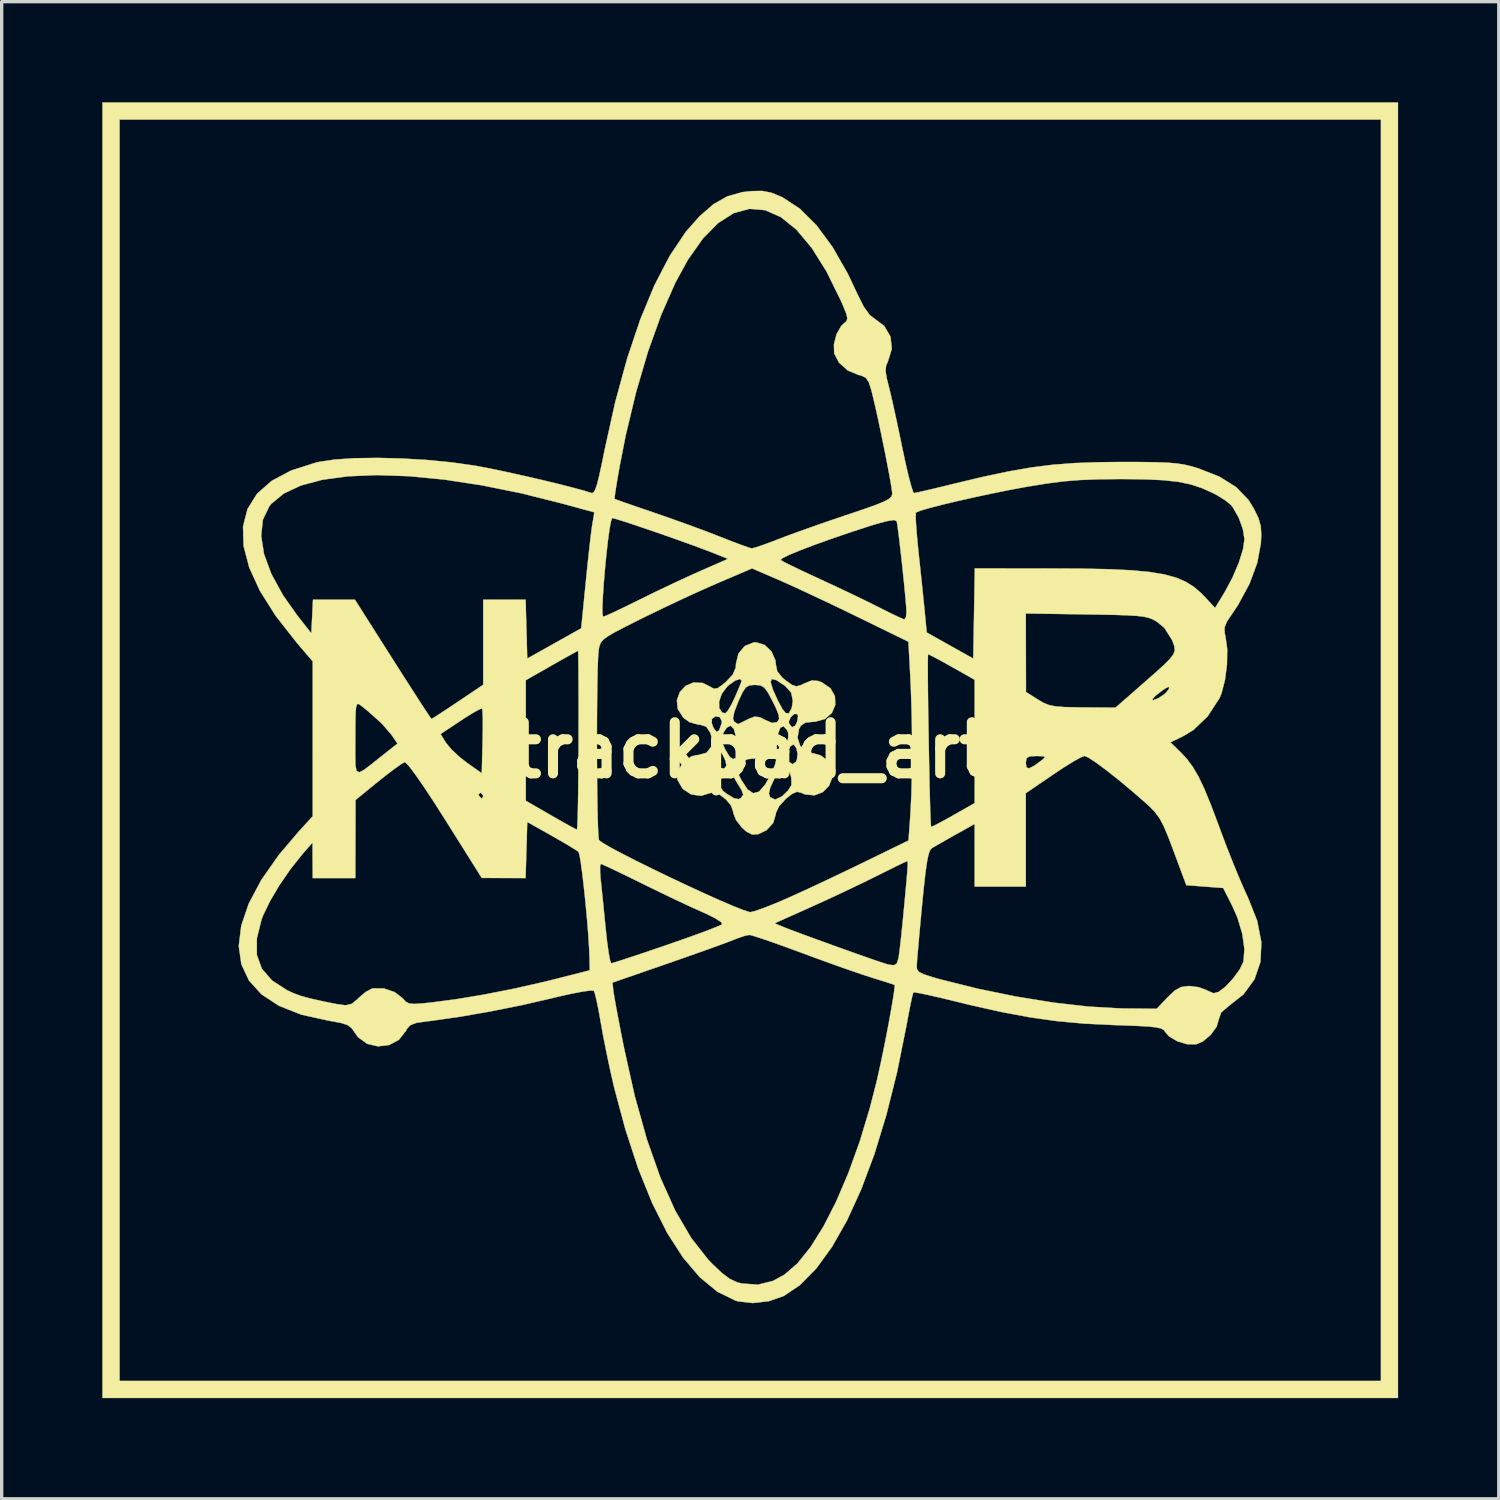
<source format=kicad_pcb>
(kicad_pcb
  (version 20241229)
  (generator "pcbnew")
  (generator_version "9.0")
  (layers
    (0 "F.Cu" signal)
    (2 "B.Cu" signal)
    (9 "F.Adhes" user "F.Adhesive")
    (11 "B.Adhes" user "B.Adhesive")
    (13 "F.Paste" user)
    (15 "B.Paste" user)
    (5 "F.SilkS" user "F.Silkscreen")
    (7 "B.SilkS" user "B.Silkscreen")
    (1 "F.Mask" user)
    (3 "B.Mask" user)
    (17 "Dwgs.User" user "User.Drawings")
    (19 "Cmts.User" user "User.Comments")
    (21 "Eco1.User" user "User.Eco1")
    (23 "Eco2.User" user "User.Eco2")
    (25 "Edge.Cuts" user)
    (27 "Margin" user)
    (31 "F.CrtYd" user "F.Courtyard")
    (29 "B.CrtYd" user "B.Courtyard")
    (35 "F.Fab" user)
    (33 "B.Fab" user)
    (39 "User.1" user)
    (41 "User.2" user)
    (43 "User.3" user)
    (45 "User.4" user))
  (footprint "trackpad_art"
    (layer "F.Cu")
    (at 19.309 19.309)
    (property "Reference" "trackpad_art" (at 0 0 0) (layer "F.SilkS") (effects (font (size 1.524 1.524) (thickness 0.3))))
    (attr through_hole)
    (fp_poly (pts (xy 19.304 19.304) (xy -19.304 19.304) (xy -19.304 -18.796) (xy -18.796 -18.796) (xy -18.796 18.796) (xy 18.796 18.796) (xy 18.796 -18.796) (xy -18.796 -18.796) (xy -19.304 -18.796) (xy -19.304 -19.304) (xy 19.304 -19.304) (xy 19.304 19.304)) (stroke (width 0.01) (type solid)) (fill yes) (layer "F.SilkS"))
    (fp_poly (pts (xy 0.425 -3.141) (xy 0.633 -2.945) (xy 0.751 -2.678) (xy 0.762 -2.566) (xy 0.805 -2.351) (xy 0.959 -2.162) (xy 1.057 -2.081) (xy 1.248 -1.945) (xy 1.379 -1.904) (xy 1.522 -1.946) (xy 1.616 -1.993) (xy 1.835 -2.079) (xy 2.025 -2.065) (xy 2.129 -2.027) (xy 2.391 -1.848) (xy 2.524 -1.61) (xy 2.535 -1.352) (xy 2.434 -1.113) (xy 2.229 -0.932) (xy 1.928 -0.848) (xy 1.873 -0.847) (xy 1.641 -0.823) (xy 1.51 -0.731) (xy 1.453 -0.631) (xy 1.409 -0.372) (xy 1.488 -0.133) (xy 1.661 0.036) (xy 1.85 0.085) (xy 2.099 0.153) (xy 2.271 0.281) (xy 2.427 0.544) (xy 2.444 0.815) (xy 2.348 1.06) (xy 2.164 1.248) (xy 1.916 1.344) (xy 1.631 1.316) (xy 1.522 1.269) (xy 1.394 1.238) (xy 1.244 1.302) (xy 1.062 1.447) (xy 0.861 1.668) (xy 0.765 1.868) (xy 0.762 1.904) (xy 0.685 2.165) (xy 0.487 2.383) (xy 0.235 2.503) (xy 0.053 2.512) (xy -0.118 2.423) (xy -0.252 2.301) (xy -0.422 2.081) (xy -0.505 1.871) (xy -0.508 1.837) (xy -0.569 1.654) (xy -0.719 1.47) (xy -0.911 1.324) (xy -1.095 1.257) (xy -1.192 1.276) (xy -1.466 1.359) (xy -1.762 1.316) (xy -2.004 1.157) (xy -2.026 1.132) (xy -2.074 1.047) (xy -0.939 1.047) (xy -0.803 1.219) (xy -0.701 1.298) (xy -0.482 1.432) (xy -0.341 1.457) (xy -0.278 1.424) (xy -0.209 1.327) (xy -0.222 1.289) (xy 0.556 1.289) (xy 0.593 1.398) (xy 0.597 1.402) (xy 0.745 1.469) (xy 0.946 1.375) (xy 1.128 1.202) (xy 1.229 1.035) (xy 1.224 0.828) (xy 1.207 0.756) (xy 1.122 0.529) (xy 1.02 0.463) (xy 0.893 0.559) (xy 0.735 0.818) (xy 0.719 0.848) (xy 0.595 1.119) (xy 0.556 1.289) (xy -0.222 1.289) (xy -0.254 1.196) (xy -0.281 1.152) (xy -0.417 0.928) (xy -0.501 0.778) (xy -0.595 0.647) (xy -0.691 0.657) (xy -0.73 0.686) (xy -0.914 0.88) (xy -0.939 1.047) (xy -2.074 1.047) (xy -2.175 0.871) (xy -2.169 0.634) (xy -2.008 0.378) (xy -2.003 0.372) (xy -1.756 0.182) (xy -1.675 0.166) (xy -1.123 0.166) (xy -1.086 0.32) (xy -1.03 0.426) (xy -0.922 0.584) (xy -0.838 0.606) (xy -0.796 0.574) (xy -0.407 0.574) (xy -0.339 0.742) (xy -0.262 0.891) (xy -0.081 1.167) (xy 0.09 1.282) (xy 0.263 1.234) (xy 0.446 1.022) (xy 0.593 0.762) (xy 0.732 0.455) (xy 0.774 0.285) (xy 0.742 0.245) (xy 0.513 0.238) (xy 1.089 0.238) (xy 1.124 0.328) (xy 1.264 0.417) (xy 1.362 0.346) (xy 1.39 0.284) (xy 1.411 0.112) (xy 1.375 -0.063) (xy 1.3 -0.164) (xy 1.278 -0.169) (xy 1.179 -0.098) (xy 1.108 0.064) (xy 1.089 0.238) (xy 0.513 0.238) (xy 0.291 0.231) (xy -0.063 0.265) (xy -0.29 0.345) (xy -0.324 0.373) (xy -0.4 0.468) (xy -0.407 0.574) (xy -0.796 0.574) (xy -0.776 0.558) (xy -0.712 0.455) (xy -0.736 0.316) (xy -0.807 0.164) (xy -0.908 -0.012) (xy -0.976 -0.053) (xy -1.052 0.02) (xy -1.061 0.032) (xy -1.123 0.166) (xy -1.675 0.166) (xy -1.545 0.141) (xy -1.301 0.074) (xy -1.162 -0.106) (xy -1.144 -0.364) (xy -1.149 -0.381) (xy -0.853 -0.381) (xy -0.843 -0.234) (xy -0.748 -0.029) (xy -0.731 0.001) (xy -0.61 0.196) (xy -0.514 0.262) (xy -0.411 0.227) (xy -0.316 0.117) (xy -0.32 0.047) (xy -0.341 -0.015) (xy 0.79 -0.015) (xy 0.833 0.104) (xy 0.919 0.064) (xy 1.031 -0.115) (xy 1.129 -0.348) (xy 1.132 -0.515) (xy 1.095 -0.603) (xy 0.992 -0.715) (xy 0.897 -0.671) (xy 0.825 -0.485) (xy 0.796 -0.289) (xy 0.79 -0.015) (xy -0.341 -0.015) (xy -0.366 -0.09) (xy -0.412 -0.316) (xy -0.42 -0.374) (xy -0.486 -0.631) (xy -0.583 -0.732) (xy -0.702 -0.672) (xy -0.786 -0.545) (xy -0.853 -0.381) (xy -1.149 -0.381) (xy -1.191 -0.522) (xy -1.31 -0.703) (xy -1.496 -0.761) (xy -1.538 -0.762) (xy -1.687 -0.802) (xy -1.146 -0.802) (xy -1.095 -0.668) (xy -1.01 -0.549) (xy -0.941 -0.578) (xy -0.924 -0.602) (xy -0.856 -0.791) (xy -0.848 -0.868) (xy -0.887 -0.946) (xy -0.514 -0.946) (xy -0.48 -0.853) (xy -0.373 -0.784) (xy -0.342 -0.785) (xy -0.241 -0.837) (xy -0.061 -0.927) (xy -0.055 -0.931) (xy 0.132 -1.003) (xy 0.289 -0.983) (xy 0.442 -0.905) (xy 0.649 -0.814) (xy 0.786 -0.834) (xy 0.812 -0.853) (xy 0.815 -0.858) (xy 1.151 -0.858) (xy 1.157 -0.798) (xy 1.245 -0.686) (xy 1.342 -0.732) (xy 1.399 -0.853) (xy 1.424 -1.013) (xy 1.407 -1.077) (xy 1.312 -1.081) (xy 1.209 -0.988) (xy 1.151 -0.858) (xy 0.815 -0.858) (xy 0.861 -0.931) (xy 0.846 -1.061) (xy 0.757 -1.278) (xy 0.673 -1.447) (xy 0.529 -1.718) (xy 0.418 -1.868) (xy 0.303 -1.933) (xy 0.146 -1.947) (xy 0.14 -1.947) (xy -0.019 -1.935) (xy -0.129 -1.875) (xy -0.227 -1.731) (xy -0.349 -1.467) (xy -0.358 -1.447) (xy -0.477 -1.138) (xy -0.514 -0.946) (xy -0.887 -0.946) (xy -0.908 -0.988) (xy -1.036 -1.011) (xy -1.142 -0.933) (xy -1.146 -0.802) (xy -1.687 -0.802) (xy -1.808 -0.835) (xy -1.994 -0.97) (xy -2.16 -1.228) (xy -2.182 -1.451) (xy -0.928 -1.451) (xy -0.924 -1.251) (xy -0.835 -1.123) (xy -0.743 -1.101) (xy -0.672 -1.172) (xy -0.563 -1.357) (xy -0.461 -1.569) (xy -0.351 -1.823) (xy -0.276 -2.008) (xy -0.268 -2.033) (xy 0.608 -2.033) (xy 0.673 -1.812) (xy 0.82 -1.487) (xy 0.959 -1.228) (xy 1.058 -1.107) (xy 1.139 -1.1) (xy 1.159 -1.114) (xy 1.237 -1.258) (xy 1.27 -1.476) (xy 1.22 -1.717) (xy 1.045 -1.912) (xy 1.019 -1.931) (xy 0.779 -2.089) (xy 0.643 -2.124) (xy 0.608 -2.033) (xy -0.268 -2.033) (xy -0.254 -2.077) (xy -0.31 -2.124) (xy -0.45 -2.074) (xy -0.633 -1.944) (xy -0.694 -1.889) (xy -0.85 -1.679) (xy -0.928 -1.451) (xy -2.182 -1.451) (xy -2.186 -1.492) (xy -2.099 -1.733) (xy -1.925 -1.919) (xy -1.688 -2.02) (xy -1.415 -2.005) (xy -1.209 -1.903) (xy -1.087 -1.835) (xy -0.978 -1.845) (xy -0.828 -1.95) (xy -0.724 -2.039) (xy -0.52 -2.254) (xy -0.434 -2.458) (xy -0.423 -2.588) (xy -0.351 -2.884) (xy -0.162 -3.107) (xy 0.106 -3.214) (xy 0.171 -3.217) (xy 0.425 -3.141)) (stroke (width 0.01) (type solid)) (fill yes) (layer "F.SilkS"))
    (fp_poly (pts (xy 0.629 -16.617) (xy 0.942 -16.487) (xy 0.968 -16.474) (xy 1.479 -16.139) (xy 1.977 -15.644) (xy 2.454 -14.997) (xy 2.905 -14.208) (xy 3.177 -13.631) (xy 3.381 -13.221) (xy 3.564 -12.969) (xy 3.671 -12.888) (xy 3.994 -12.645) (xy 4.18 -12.325) (xy 4.219 -11.963) (xy 4.111 -11.608) (xy 4.047 -11.453) (xy 4.034 -11.292) (xy 4.072 -11.067) (xy 4.122 -10.872) (xy 4.186 -10.612) (xy 4.273 -10.23) (xy 4.374 -9.766) (xy 4.479 -9.266) (xy 4.53 -9.017) (xy 4.627 -8.564) (xy 4.717 -8.175) (xy 4.796 -7.878) (xy 4.854 -7.702) (xy 4.879 -7.664) (xy 4.985 -7.684) (xy 5.222 -7.738) (xy 5.557 -7.817) (xy 5.959 -7.915) (xy 6.054 -7.938) (xy 6.925 -8.146) (xy 7.679 -8.306) (xy 8.357 -8.425) (xy 9.003 -8.507) (xy 9.659 -8.558) (xy 10.367 -8.584) (xy 11.007 -8.591) (xy 11.609 -8.59) (xy 12.073 -8.584) (xy 12.428 -8.571) (xy 12.705 -8.548) (xy 12.935 -8.513) (xy 13.147 -8.463) (xy 13.345 -8.404) (xy 13.985 -8.153) (xy 14.48 -7.843) (xy 14.848 -7.461) (xy 15.012 -7.197) (xy 15.148 -6.913) (xy 15.215 -6.678) (xy 15.23 -6.412) (xy 15.218 -6.168) (xy 15.112 -5.588) (xy 14.88 -4.962) (xy 14.541 -4.334) (xy 14.365 -4.071) (xy 14.205 -3.832) (xy 14.136 -3.661) (xy 14.139 -3.495) (xy 14.164 -3.387) (xy 14.215 -3.012) (xy 14.208 -2.558) (xy 14.149 -2.097) (xy 14.046 -1.698) (xy 13.983 -1.548) (xy 13.631 -1.008) (xy 13.202 -0.599) (xy 12.904 -0.42) (xy 12.524 -0.236) (xy 12.821 0.053) (xy 13.016 0.261) (xy 13.19 0.497) (xy 13.359 0.785) (xy 13.534 1.153) (xy 13.729 1.626) (xy 13.957 2.23) (xy 14.008 2.371) (xy 14.2 2.881) (xy 14.405 3.4) (xy 14.603 3.877) (xy 14.774 4.264) (xy 14.832 4.387) (xy 15.109 5.082) (xy 15.233 5.724) (xy 15.206 6.308) (xy 15.028 6.827) (xy 14.702 7.275) (xy 14.26 7.624) (xy 14.035 7.816) (xy 13.97 8.001) (xy 13.9 8.238) (xy 13.723 8.483) (xy 13.49 8.679) (xy 13.299 8.762) (xy 13.024 8.762) (xy 12.727 8.674) (xy 12.479 8.526) (xy 12.371 8.401) (xy 12.327 8.34) (xy 12.249 8.295) (xy 12.115 8.262) (xy 11.899 8.237) (xy 11.577 8.218) (xy 11.123 8.2) (xy 10.819 8.19) (xy 9.96 8.148) (xy 9.148 8.074) (xy 8.336 7.96) (xy 7.479 7.8) (xy 6.53 7.587) (xy 6.111 7.484) (xy 5.682 7.38) (xy 5.315 7.296) (xy 5.039 7.239) (xy 4.884 7.215) (xy 4.862 7.217) (xy 4.834 7.31) (xy 4.784 7.535) (xy 4.72 7.859) (xy 4.653 8.22) (xy 4.377 9.593) (xy 4.058 10.866) (xy 3.702 12.033) (xy 3.31 13.082) (xy 2.888 14.007) (xy 2.44 14.797) (xy 1.969 15.445) (xy 1.48 15.941) (xy 1 16.264) (xy 0.556 16.42) (xy 0.072 16.475) (xy -0.377 16.422) (xy -0.441 16.402) (xy -0.98 16.137) (xy -1.501 15.709) (xy -2 15.123) (xy -2.475 14.385) (xy -2.921 13.499) (xy -3.337 12.471) (xy -3.719 11.307) (xy -4.05 10.074) (xy -4.168 9.561) (xy -4.287 8.999) (xy -4.392 8.467) (xy -4.452 8.128) (xy -4.518 7.756) (xy -4.582 7.445) (xy -4.634 7.236) (xy -4.662 7.167) (xy -4.762 7.161) (xy -4.995 7.193) (xy -5.331 7.257) (xy -5.739 7.348) (xy -5.939 7.397) (xy -6.816 7.599) (xy -7.749 7.786) (xy -8.672 7.946) (xy -9.515 8.066) (xy -9.671 8.084) (xy -9.959 8.128) (xy -10.128 8.192) (xy -10.229 8.3) (xy -10.264 8.367) (xy -10.473 8.632) (xy -10.765 8.786) (xy -11.095 8.825) (xy -11.417 8.749) (xy -11.686 8.554) (xy -11.774 8.434) (xy -11.873 8.289) (xy -11.992 8.195) (xy -12.175 8.132) (xy -12.469 8.076) (xy -12.562 8.061) (xy -13.376 7.881) (xy -14.044 7.617) (xy -14.565 7.276) (xy -14.94 6.862) (xy -15.166 6.38) (xy -15.243 5.835) (xy -15.216 5.616) (xy -14.706 5.616) (xy -14.704 6.102) (xy -14.553 6.515) (xy -14.251 6.862) (xy -13.801 7.153) (xy -13.602 7.245) (xy -13.386 7.323) (xy -13.114 7.398) (xy -12.747 7.48) (xy -12.319 7.567) (xy -12.056 7.601) (xy -11.878 7.559) (xy -11.705 7.418) (xy -11.665 7.376) (xy -11.466 7.207) (xy -11.271 7.103) (xy -11.242 7.096) (xy -10.919 7.099) (xy -10.598 7.207) (xy -10.359 7.391) (xy -10.355 7.395) (xy -10.268 7.492) (xy -10.17 7.545) (xy -10.018 7.561) (xy -9.77 7.545) (xy -9.524 7.52) (xy -8.782 7.423) (xy -7.936 7.282) (xy -7.042 7.106) (xy -6.239 6.925) (xy -4.106 6.925) (xy -4.08 7.166) (xy -4.055 7.328) (xy -4.003 7.623) (xy -3.929 8.017) (xy -3.84 8.479) (xy -3.767 8.848) (xy -3.443 10.301) (xy -3.08 11.597) (xy -2.678 12.736) (xy -2.238 13.716) (xy -1.761 14.533) (xy -1.248 15.187) (xy -1.144 15.295) (xy -0.847 15.577) (xy -0.61 15.754) (xy -0.392 15.856) (xy -0.249 15.893) (xy 0.231 15.927) (xy 0.678 15.815) (xy 1.023 15.626) (xy 1.407 15.294) (xy 1.796 14.81) (xy 2.184 14.189) (xy 2.563 13.447) (xy 2.924 12.6) (xy 3.262 11.665) (xy 3.566 10.658) (xy 3.769 9.864) (xy 3.855 9.484) (xy 3.947 9.049) (xy 4.039 8.591) (xy 4.126 8.138) (xy 4.201 7.723) (xy 4.26 7.375) (xy 4.297 7.124) (xy 4.305 7.001) (xy 4.303 6.994) (xy 4.215 6.963) (xy 4.006 6.896) (xy 3.717 6.806) (xy 3.641 6.783) (xy 3.347 6.687) (xy 2.937 6.546) (xy 2.602 6.428) (xy 4.961 6.428) (xy 4.971 6.53) (xy 5.032 6.608) (xy 5.176 6.68) (xy 5.432 6.762) (xy 5.673 6.83) (xy 6.787 7.108) (xy 7.921 7.34) (xy 9.032 7.52) (xy 10.08 7.64) (xy 11.023 7.694) (xy 11.158 7.696) (xy 12.114 7.705) (xy 12.436 7.366) (xy 12.655 7.159) (xy 12.839 7.058) (xy 13.054 7.028) (xy 13.091 7.027) (xy 13.36 7.061) (xy 13.586 7.142) (xy 13.611 7.158) (xy 13.807 7.242) (xy 13.957 7.204) (xy 14.163 7.046) (xy 14.387 6.806) (xy 14.581 6.542) (xy 14.694 6.317) (xy 14.699 6.299) (xy 14.728 5.927) (xy 14.665 5.472) (xy 14.519 4.986) (xy 14.374 4.657) (xy 14.096 4.106) (xy 13.546 4.064) (xy 12.996 4.022) (xy 12.615 2.997) (xy 12.451 2.565) (xy 12.32 2.255) (xy 12.199 2.029) (xy 12.067 1.849) (xy 11.902 1.678) (xy 11.769 1.557) (xy 11.37 1.21) (xy 10.979 0.885) (xy 10.619 0.6) (xy 10.314 0.374) (xy 10.087 0.224) (xy 9.962 0.169) (xy 9.962 0.169) (xy 9.846 0.215) (xy 9.625 0.339) (xy 9.331 0.522) (xy 9.026 0.725) (xy 8.213 1.28) (xy 8.213 4.064) (xy 6.689 4.064) (xy 6.689 2.196) (xy 6.117 2.516) (xy 5.824 2.682) (xy 5.576 2.823) (xy 5.421 2.914) (xy 5.409 2.921) (xy 5.356 2.986) (xy 5.309 3.123) (xy 5.263 3.353) (xy 5.216 3.697) (xy 5.164 4.174) (xy 5.121 4.614) (xy 5.072 5.131) (xy 5.029 5.602) (xy 4.995 5.995) (xy 4.971 6.28) (xy 4.961 6.427) (xy 4.961 6.428) (xy 2.602 6.428) (xy 2.45 6.374) (xy 1.93 6.186) (xy 1.55 6.045) (xy 1.08 5.872) (xy 0.659 5.722) (xy 0.315 5.604) (xy 0.077 5.528) (xy -0.027 5.503) (xy -0.178 5.535) (xy -0.405 5.614) (xy -0.476 5.643) (xy -0.656 5.713) (xy -0.966 5.828) (xy -1.376 5.975) (xy -1.855 6.144) (xy -2.372 6.325) (xy -2.455 6.354) (xy -4.106 6.925) (xy -6.239 6.925) (xy -6.157 6.906) (xy -5.842 6.828) (xy -4.784 6.559) (xy -4.789 6.222) (xy -4.802 5.894) (xy -4.828 5.485) (xy -4.865 5.028) (xy -4.909 4.553) (xy -4.957 4.093) (xy -5.005 3.678) (xy -5.035 3.462) (xy -4.475 3.462) (xy -4.473 3.657) (xy -4.459 3.831) (xy -4.431 4.096) (xy -4.392 4.475) (xy -4.348 4.917) (xy -4.309 5.313) (xy -4.266 5.709) (xy -4.22 6.035) (xy -4.178 6.259) (xy -4.144 6.35) (xy -4.142 6.35) (xy -4.046 6.324) (xy -3.814 6.25) (xy -3.474 6.138) (xy -3.049 5.996) (xy -2.567 5.831) (xy -2.493 5.806) (xy -2.003 5.635) (xy -1.567 5.479) (xy -1.21 5.346) (xy -0.959 5.247) (xy -0.84 5.191) (xy -0.835 5.187) (xy -0.85 5.158) (xy 0.726 5.158) (xy 1.019 5.28) (xy 1.208 5.353) (xy 1.521 5.47) (xy 1.922 5.617) (xy 2.376 5.782) (xy 2.847 5.951) (xy 3.299 6.112) (xy 3.696 6.251) (xy 3.81 6.29) (xy 4.104 6.385) (xy 4.278 6.41) (xy 4.369 6.355) (xy 4.415 6.209) (xy 4.431 6.117) (xy 4.459 5.903) (xy 4.496 5.57) (xy 4.538 5.167) (xy 4.571 4.826) (xy 4.622 4.282) (xy 4.658 3.885) (xy 4.681 3.611) (xy 4.692 3.438) (xy 4.694 3.344) (xy 4.688 3.307) (xy 4.68 3.302) (xy 4.599 3.338) (xy 4.397 3.435) (xy 4.107 3.578) (xy 3.787 3.738) (xy 3.36 3.948) (xy 2.844 4.195) (xy 2.305 4.447) (xy 1.824 4.666) (xy 0.726 5.158) (xy -0.85 5.158) (xy -0.87 5.12) (xy -1.04 5.01) (xy -1.319 4.871) (xy -1.417 4.827) (xy -1.739 4.683) (xy -2.162 4.485) (xy -2.638 4.258) (xy -3.117 4.024) (xy -3.237 3.965) (xy -3.643 3.765) (xy -3.994 3.595) (xy -4.263 3.468) (xy -4.423 3.397) (xy -4.454 3.387) (xy -4.475 3.462) (xy -5.035 3.462) (xy -5.051 3.341) (xy -5.091 3.112) (xy -5.12 3.026) (xy -5.228 2.953) (xy -5.447 2.819) (xy -5.74 2.649) (xy -5.927 2.543) (xy -6.646 2.137) (xy -6.67 2.974) (xy -6.695 3.81) (xy -7.348 3.808) (xy -8.001 3.806) (xy -9.093 2.068) (xy -9.439 1.526) (xy -9.574 1.322) (xy -8.099 1.322) (xy -8.086 1.355) (xy -8.01 1.435) (xy -7.996 1.439) (xy -7.96 1.374) (xy -7.959 1.355) (xy -8.024 1.273) (xy -8.048 1.27) (xy -8.099 1.322) (xy -9.574 1.322) (xy -9.739 1.071) (xy -9.986 0.717) (xy -10.168 0.476) (xy -10.278 0.363) (xy -10.298 0.356) (xy -10.408 0.418) (xy -10.615 0.563) (xy -10.885 0.77) (xy -11.087 0.931) (xy -11.763 1.482) (xy -11.766 2.646) (xy -11.769 3.81) (xy -13.039 3.81) (xy -13.045 2.752) (xy -13.341 3.09) (xy -13.696 3.535) (xy -14.033 4.024) (xy -14.319 4.509) (xy -14.525 4.939) (xy -14.565 5.045) (xy -14.706 5.616) (xy -15.216 5.616) (xy -15.17 5.231) (xy -14.947 4.573) (xy -14.572 3.866) (xy -14.046 3.116) (xy -13.474 2.443) (xy -13.039 1.966) (xy -13.039 0.127) (xy -11.771 0.127) (xy -11.766 0.443) (xy -11.733 0.615) (xy -11.653 0.658) (xy -11.507 0.583) (xy -11.274 0.405) (xy -10.988 0.176) (xy -10.512 -0.199) (xy -10.696 -0.466) (xy -10.711 -0.483) (xy -9.229 -0.483) (xy -9.067 -0.22) (xy -8.91 -0.03) (xy -8.669 0.196) (xy -8.453 0.365) (xy -8.001 0.687) (xy -7.977 -0.26) (xy -7.97 -0.643) (xy -7.971 -0.958) (xy -7.979 -1.171) (xy -7.99 -1.245) (xy -8.072 -1.218) (xy -8.259 -1.115) (xy -8.517 -0.955) (xy -8.628 -0.882) (xy -9.229 -0.483) (xy -10.711 -0.483) (xy -10.983 -0.799) (xy -11.427 -1.193) (xy -11.62 -1.346) (xy -11.681 -1.382) (xy -11.722 -1.366) (xy -11.748 -1.274) (xy -11.762 -1.082) (xy -11.768 -0.766) (xy -11.769 -0.344) (xy -11.771 0.127) (xy -13.039 0.127) (xy -13.039 -2.648) (xy -13.518 -3.208) (xy -14.142 -4.003) (xy -14.613 -4.75) (xy -14.932 -5.446) (xy -15.1 -6.088) (xy -15.108 -6.391) (xy -14.576 -6.391) (xy -14.491 -5.849) (xy -14.272 -5.254) (xy -13.924 -4.619) (xy -13.502 -4.021) (xy -13.081 -3.484) (xy -13.056 -3.986) (xy -13.031 -4.487) (xy -11.781 -4.487) (xy -10.653 -2.71) (xy -10.343 -2.223) (xy -10.063 -1.787) (xy -9.827 -1.42) (xy -9.646 -1.144) (xy -9.533 -0.976) (xy -9.501 -0.932) (xy -9.425 -0.976) (xy -9.239 -1.096) (xy -8.972 -1.271) (xy -8.717 -1.442) (xy -7.959 -1.952) (xy -7.959 -2.087) (xy -6.689 -2.087) (xy -6.689 1.505) (xy -5.948 1.933) (xy -5.633 2.113) (xy -5.376 2.257) (xy -5.209 2.346) (xy -5.165 2.366) (xy -5.154 2.286) (xy -5.144 2.056) (xy -5.135 1.698) (xy -5.127 1.231) (xy -5.121 0.675) (xy -5.117 0.051) (xy -5.116 -0.296) (xy -5.116 -0.421) (xy -4.569 -0.421) (xy -4.568 0.186) (xy -4.565 0.779) (xy -4.559 1.332) (xy -4.551 1.822) (xy -4.54 2.224) (xy -4.527 2.512) (xy -4.512 2.663) (xy -4.507 2.678) (xy -4.402 2.758) (xy -4.167 2.896) (xy -3.825 3.078) (xy -3.403 3.294) (xy -2.923 3.531) (xy -2.411 3.778) (xy -1.891 4.024) (xy -1.388 4.257) (xy -0.926 4.464) (xy -0.529 4.635) (xy -0.223 4.757) (xy -0.031 4.82) (xy 0.007 4.825) (xy 0.137 4.794) (xy 0.383 4.708) (xy 0.704 4.582) (xy 0.938 4.484) (xy 1.279 4.333) (xy 1.729 4.127) (xy 2.246 3.885) (xy 2.787 3.628) (xy 3.227 3.416) (xy 4.717 2.69) (xy 4.772 1.925) (xy 4.803 1.304) (xy 4.82 0.565) (xy 4.823 -0.244) (xy 4.812 -1.072) (xy 4.786 -1.87) (xy 4.77 -2.196) (xy 4.753 -2.517) (xy 5.292 -2.517) (xy 5.293 -2.159) (xy 5.297 -1.711) (xy 5.303 -1.197) (xy 5.312 -0.642) (xy 5.322 -0.072) (xy 5.333 0.489) (xy 5.344 1.016) (xy 5.356 1.482) (xy 5.367 1.864) (xy 5.378 2.137) (xy 5.388 2.274) (xy 5.391 2.286) (xy 5.482 2.247) (xy 5.682 2.142) (xy 5.954 1.993) (xy 6.064 1.93) (xy 6.689 1.575) (xy 6.689 0.384) (xy 8.213 0.384) (xy 8.234 0.514) (xy 8.313 0.539) (xy 8.474 0.455) (xy 8.678 0.305) (xy 8.776 0.22) (xy 8.755 0.183) (xy 8.593 0.173) (xy 8.53 0.172) (xy 8.321 0.183) (xy 8.231 0.244) (xy 8.213 0.384) (xy 6.689 0.384) (xy 6.689 -2.099) (xy 5.998 -2.49) (xy 5.699 -2.657) (xy 5.464 -2.783) (xy 5.324 -2.852) (xy 5.3 -2.859) (xy 5.294 -2.758) (xy 5.292 -2.517) (xy 4.753 -2.517) (xy 4.714 -3.234) (xy 3.183 -3.982) (xy 2.649 -4.241) (xy 2.106 -4.499) (xy 1.594 -4.739) (xy 1.155 -4.941) (xy 0.853 -5.075) (xy 0.055 -5.419) (xy -0.967 -4.983) (xy -1.429 -4.779) (xy -1.979 -4.528) (xy -2.557 -4.255) (xy -3.101 -3.992) (xy -3.227 -3.93) (xy -3.685 -3.7) (xy -4.015 -3.529) (xy -4.238 -3.4) (xy -4.377 -3.298) (xy -4.455 -3.204) (xy -4.495 -3.103) (xy -4.517 -2.99) (xy -4.532 -2.813) (xy -4.545 -2.503) (xy -4.555 -2.084) (xy -4.562 -1.581) (xy -4.567 -1.018) (xy -4.569 -0.421) (xy -5.116 -0.421) (xy -5.115 -0.949) (xy -5.115 -1.544) (xy -5.117 -2.061) (xy -5.12 -2.479) (xy -5.124 -2.779) (xy -5.128 -2.941) (xy -5.131 -2.963) (xy -5.209 -2.924) (xy -5.402 -2.818) (xy -5.679 -2.663) (xy -5.921 -2.525) (xy -6.689 -2.087) (xy -7.959 -2.087) (xy -7.959 -4.487) (xy -6.694 -4.487) (xy -6.646 -2.733) (xy -5.842 -3.183) (xy -5.038 -3.634) (xy -4.973 -4.285) (xy -4.405 -4.285) (xy -4.404 -4.066) (xy -4.385 -3.98) (xy -4.383 -3.979) (xy -4.286 -4.015) (xy -4.068 -4.114) (xy -3.761 -4.26) (xy -3.393 -4.44) (xy -3.322 -4.476) (xy -2.846 -4.71) (xy -2.325 -4.958) (xy -1.83 -5.188) (xy -1.495 -5.338) (xy -0.738 -5.67) (xy 0.905 -5.67) (xy 0.906 -5.669) (xy 1.004 -5.612) (xy 1.226 -5.501) (xy 1.544 -5.348) (xy 1.927 -5.17) (xy 2.074 -5.102) (xy 2.546 -4.883) (xy 3.033 -4.652) (xy 3.48 -4.436) (xy 3.831 -4.261) (xy 3.852 -4.25) (xy 4.16 -4.096) (xy 4.41 -3.976) (xy 4.565 -3.908) (xy 4.593 -3.899) (xy 4.641 -3.968) (xy 4.657 -4.11) (xy 4.648 -4.278) (xy 4.623 -4.567) (xy 4.588 -4.938) (xy 4.545 -5.354) (xy 4.499 -5.78) (xy 4.453 -6.178) (xy 4.413 -6.511) (xy 4.38 -6.742) (xy 4.363 -6.83) (xy 4.281 -6.86) (xy 4.07 -6.828) (xy 3.719 -6.732) (xy 3.54 -6.676) (xy 2.946 -6.482) (xy 2.391 -6.291) (xy 1.895 -6.113) (xy 1.478 -5.954) (xy 1.16 -5.822) (xy 0.962 -5.725) (xy 0.905 -5.67) (xy -0.738 -5.67) (xy -0.663 -5.703) (xy -1.072 -5.867) (xy -1.361 -5.979) (xy -1.73 -6.115) (xy -2.15 -6.266) (xy -2.592 -6.422) (xy -3.027 -6.572) (xy -3.426 -6.707) (xy -3.759 -6.817) (xy -3.997 -6.891) (xy -4.111 -6.919) (xy -4.117 -6.918) (xy -4.154 -6.81) (xy -4.196 -6.573) (xy -4.242 -6.24) (xy -4.287 -5.844) (xy -4.328 -5.418) (xy -4.364 -4.994) (xy -4.39 -4.606) (xy -4.405 -4.285) (xy -4.973 -4.285) (xy -4.901 -5.013) (xy -4.851 -5.508) (xy -4.801 -5.97) (xy -4.756 -6.361) (xy -4.72 -6.644) (xy -4.705 -6.741) (xy -4.646 -7.09) (xy -5.604 -7.352) (xy -6.154 -7.49) (xy -4.043 -7.49) (xy -3.959 -7.458) (xy -3.745 -7.382) (xy -3.428 -7.272) (xy -3.038 -7.139) (xy -2.879 -7.084) (xy -2.368 -6.907) (xy -1.823 -6.712) (xy -1.309 -6.521) (xy -0.89 -6.359) (xy -0.889 -6.359) (xy -0.535 -6.22) (xy -0.236 -6.108) (xy -0.03 -6.036) (xy 0.043 -6.016) (xy 0.155 -6.043) (xy 0.384 -6.12) (xy 0.689 -6.232) (xy 0.847 -6.294) (xy 1.187 -6.422) (xy 1.638 -6.585) (xy 2.152 -6.766) (xy 2.679 -6.946) (xy 2.799 -6.987) (xy 4.93 -6.987) (xy 4.94 -6.754) (xy 4.966 -6.415) (xy 5.005 -6.002) (xy 5.023 -5.826) (xy 5.076 -5.334) (xy 5.127 -4.849) (xy 5.171 -4.422) (xy 5.203 -4.104) (xy 5.206 -4.062) (xy 5.259 -3.51) (xy 5.953 -3.121) (xy 6.646 -2.733) (xy 6.67 -4.076) (xy 6.67 -4.076) (xy 8.213 -4.076) (xy 8.218 -1.736) (xy 8.575 -1.51) (xy 8.743 -1.412) (xy 8.903 -1.347) (xy 9.095 -1.308) (xy 9.361 -1.287) (xy 9.741 -1.279) (xy 9.909 -1.277) (xy 10.886 -1.27) (xy 11.17 -1.518) (xy 11.982 -1.518) (xy 12.006 -1.489) (xy 12.155 -1.547) (xy 12.172 -1.556) (xy 12.363 -1.685) (xy 12.476 -1.818) (xy 12.477 -1.823) (xy 12.484 -1.892) (xy 12.397 -1.859) (xy 12.279 -1.779) (xy 12.075 -1.62) (xy 11.982 -1.518) (xy 11.17 -1.518) (xy 11.645 -1.935) (xy 12.039 -2.28) (xy 12.322 -2.536) (xy 12.508 -2.722) (xy 12.614 -2.863) (xy 12.653 -2.979) (xy 12.641 -3.094) (xy 12.593 -3.229) (xy 12.568 -3.29) (xy 12.34 -3.648) (xy 12.12 -3.83) (xy 12.008 -3.894) (xy 11.89 -3.942) (xy 11.74 -3.978) (xy 11.533 -4.003) (xy 11.244 -4.021) (xy 10.848 -4.034) (xy 10.321 -4.044) (xy 10.012 -4.049) (xy 8.213 -4.076) (xy 6.67 -4.076) (xy 6.693 -5.419) (xy 8.998 -5.417) (xy 9.932 -5.412) (xy 10.715 -5.395) (xy 11.364 -5.363) (xy 11.897 -5.313) (xy 12.332 -5.242) (xy 12.687 -5.146) (xy 12.978 -5.022) (xy 13.225 -4.867) (xy 13.444 -4.678) (xy 13.545 -4.574) (xy 13.853 -4.24) (xy 14.14 -4.712) (xy 14.374 -5.148) (xy 14.563 -5.594) (xy 14.688 -5.999) (xy 14.729 -6.289) (xy 14.682 -6.591) (xy 14.556 -6.935) (xy 14.386 -7.234) (xy 14.327 -7.309) (xy 14.165 -7.442) (xy 13.921 -7.595) (xy 13.801 -7.66) (xy 13.469 -7.809) (xy 13.133 -7.921) (xy 12.759 -7.999) (xy 12.316 -8.048) (xy 11.773 -8.074) (xy 11.096 -8.082) (xy 11.007 -8.082) (xy 10.363 -8.074) (xy 9.828 -8.053) (xy 9.342 -8.014) (xy 8.845 -7.95) (xy 8.278 -7.858) (xy 8.213 -7.847) (xy 7.724 -7.756) (xy 7.202 -7.651) (xy 6.675 -7.538) (xy 6.171 -7.424) (xy 5.718 -7.316) (xy 5.344 -7.219) (xy 5.076 -7.141) (xy 4.943 -7.087) (xy 4.937 -7.082) (xy 4.93 -6.987) (xy 2.799 -6.987) (xy 2.9 -7.02) (xy 3.397 -7.188) (xy 3.754 -7.316) (xy 3.994 -7.414) (xy 4.139 -7.493) (xy 4.211 -7.564) (xy 4.232 -7.637) (xy 4.233 -7.648) (xy 4.215 -7.798) (xy 4.168 -8.078) (xy 4.098 -8.454) (xy 4.012 -8.892) (xy 3.917 -9.358) (xy 3.821 -9.816) (xy 3.729 -10.233) (xy 3.649 -10.573) (xy 3.615 -10.708) (xy 3.536 -10.963) (xy 3.446 -11.1) (xy 3.306 -11.167) (xy 3.228 -11.185) (xy 2.905 -11.319) (xy 2.644 -11.552) (xy 2.501 -11.828) (xy 2.494 -12.099) (xy 2.572 -12.397) (xy 2.71 -12.644) (xy 2.794 -12.724) (xy 2.869 -12.789) (xy 2.894 -12.871) (xy 2.863 -13.009) (xy 2.769 -13.242) (xy 2.697 -13.407) (xy 2.269 -14.275) (xy 1.827 -14.979) (xy 1.374 -15.517) (xy 0.912 -15.889) (xy 0.445 -16.095) (xy -0.024 -16.135) (xy -0.491 -16.008) (xy -0.955 -15.713) (xy -1.41 -15.251) (xy -1.855 -14.621) (xy -2.232 -13.934) (xy -2.653 -12.978) (xy -3.046 -11.884) (xy -3.4 -10.68) (xy -3.709 -9.395) (xy -3.89 -8.474) (xy -3.957 -8.093) (xy -4.008 -7.779) (xy -4.038 -7.567) (xy -4.043 -7.49) (xy -6.154 -7.49) (xy -6.829 -7.659) (xy -8.005 -7.896) (xy -9.121 -8.066) (xy -10.165 -8.167) (xy -11.126 -8.2) (xy -11.991 -8.164) (xy -12.75 -8.061) (xy -13.392 -7.889) (xy -13.903 -7.65) (xy -14.274 -7.343) (xy -14.336 -7.266) (xy -14.526 -6.868) (xy -14.576 -6.391) (xy -15.108 -6.391) (xy -15.116 -6.67) (xy -14.982 -7.191) (xy -14.698 -7.645) (xy -14.263 -8.028) (xy -13.68 -8.338) (xy -12.948 -8.571) (xy -12.84 -8.595) (xy -12.381 -8.664) (xy -11.793 -8.703) (xy -11.113 -8.713) (xy -10.378 -8.695) (xy -9.627 -8.65) (xy -8.895 -8.579) (xy -8.22 -8.484) (xy -8.149 -8.471) (xy -7.753 -8.396) (xy -7.281 -8.297) (xy -6.766 -8.183) (xy -6.242 -8.063) (xy -5.744 -7.943) (xy -5.307 -7.832) (xy -4.963 -7.739) (xy -4.749 -7.671) (xy -4.737 -7.667) (xy -4.682 -7.672) (xy -4.629 -7.746) (xy -4.57 -7.91) (xy -4.5 -8.186) (xy -4.412 -8.593) (xy -4.34 -8.951) (xy -4.024 -10.376) (xy -3.669 -11.673) (xy -3.278 -12.837) (xy -2.855 -13.858) (xy -2.401 -14.732) (xy -1.92 -15.45) (xy -1.513 -15.912) (xy -1.092 -16.276) (xy -0.684 -16.508) (xy -0.24 -16.632) (xy 0.021 -16.663) (xy 0.354 -16.669) (xy 0.629 -16.617)) (stroke (width 0.01) (type solid)) (fill yes) (layer "F.SilkS")))
  (gr_rect
    (start -3 -3)
    (end 41.618 41.618)
    (stroke (width 0.1) (type default))
    (fill no)
    (layer "Edge.Cuts")))
</source>
